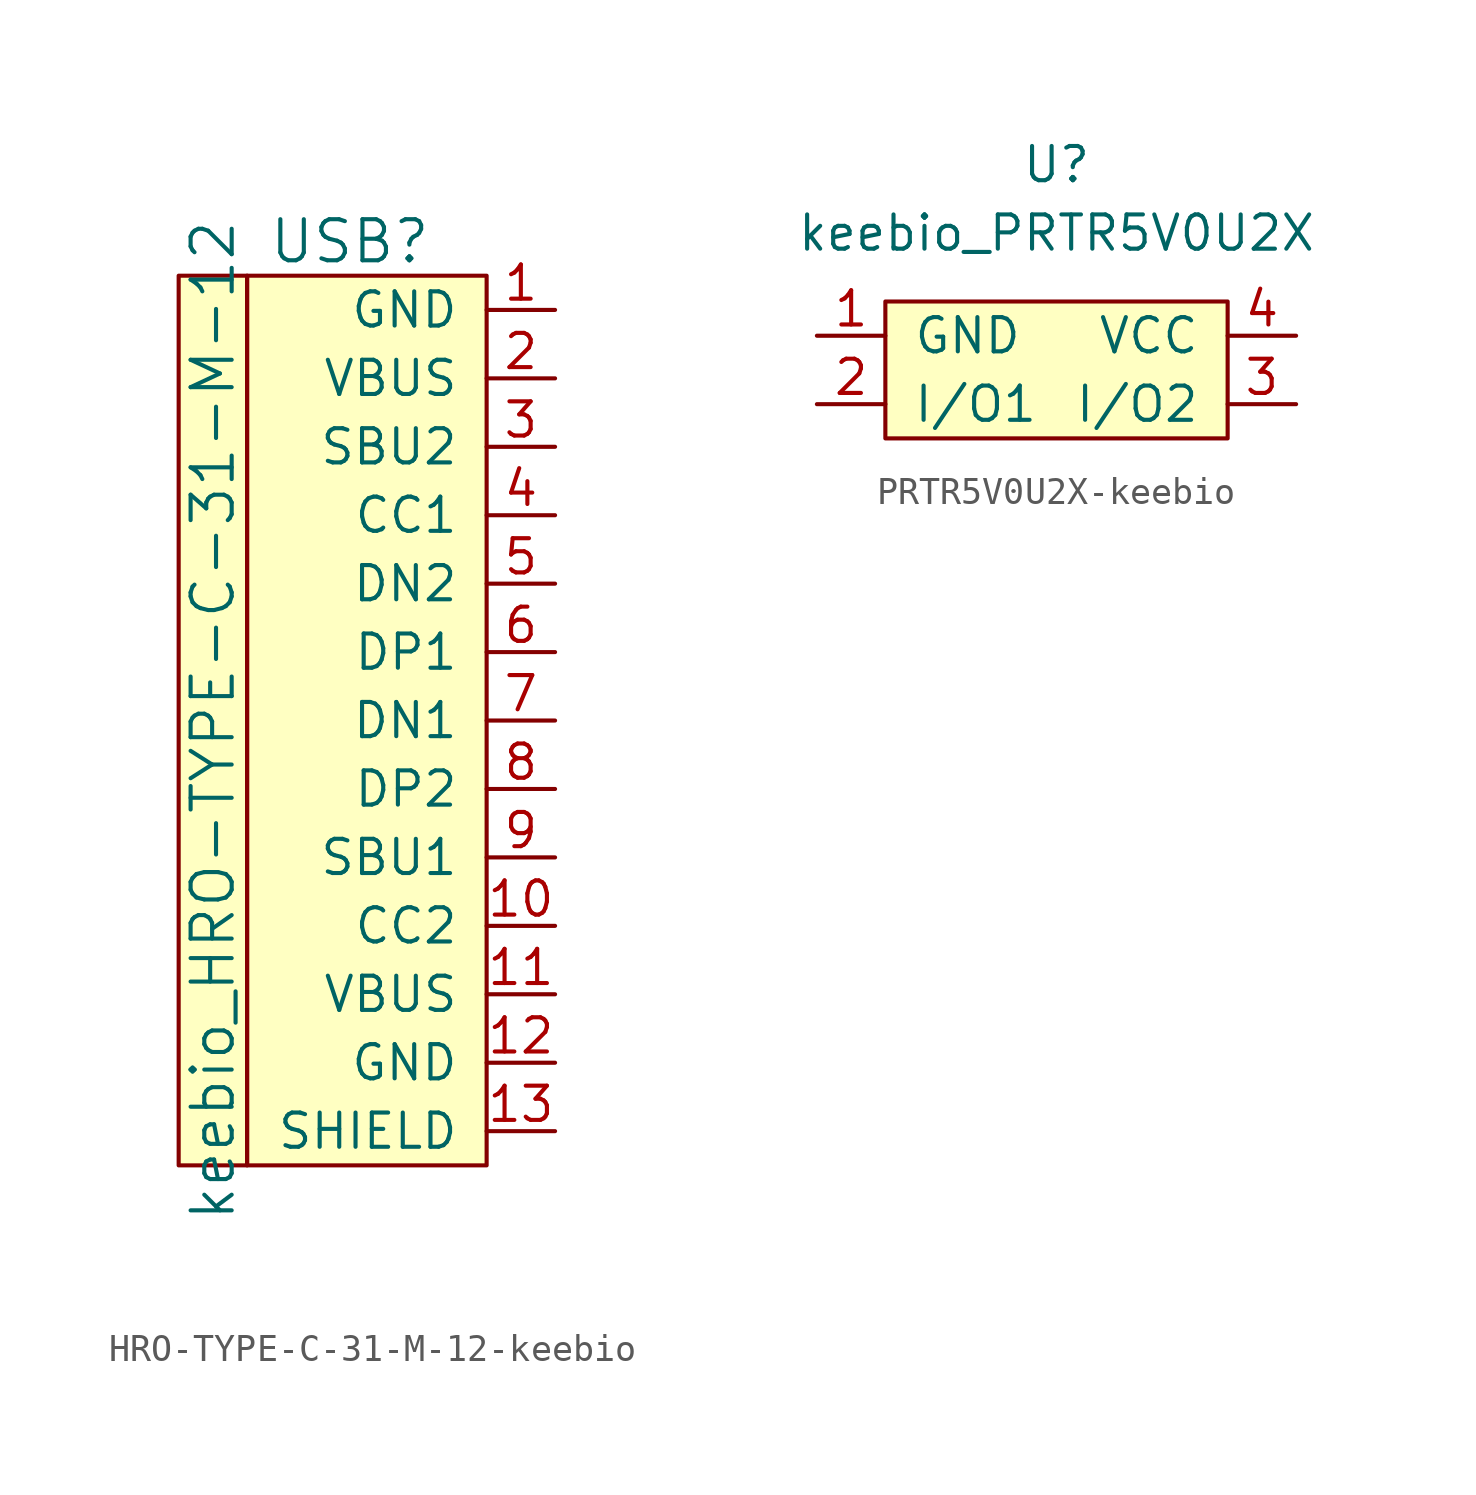
<source format=kicad_sym>
(kicad_symbol_lib
  (version 20220914)
  (generator kicad_symbol_editor)
  (symbol "HRO-TYPE-C-31-M-12-keebio"
    (pin_names
      (offset 1.016))
    (property "Reference" "USB"
      (at -5.08 16.51 0)
      (effects (font (size 1.524 1.524))))
    (property "Value" "keebio_HRO-TYPE-C-31-M-12"
      (at -10.16 -1.27 90)
      (effects (font (size 1.524 1.524))))
    (symbol "HRO-TYPE-C-31-M-12-keebio_0_1"
      (rectangle (start -11.43 15.24) (end -8.89 -17.78) (stroke (width 0) (type solid)) (fill (type background)))
      (rectangle (start 0 -17.78) (end -8.89 15.24) (stroke (width 0) (type solid)) (fill (type background))))
    (symbol "HRO-TYPE-C-31-M-12-keebio_1_1"
      (pin input line (at 2.54 13.97 180) (length 2.54) (name "GND" (effects (font (size 1.27 1.27)))) (number "1" (effects (font (size 1.27 1.27)))))
      (pin input line (at 2.54 -8.89 180) (length 2.54) (name "CC2" (effects (font (size 1.27 1.27)))) (number "10" (effects (font (size 1.27 1.27)))))
      (pin input line (at 2.54 -11.43 180) (length 2.54) (name "VBUS" (effects (font (size 1.27 1.27)))) (number "11" (effects (font (size 1.27 1.27)))))
      (pin input line (at 2.54 -13.97 180) (length 2.54) (name "GND" (effects (font (size 1.27 1.27)))) (number "12" (effects (font (size 1.27 1.27)))))
      (pin input line (at 2.54 -16.51 180) (length 2.54) (name "SHIELD" (effects (font (size 1.27 1.27)))) (number "13" (effects (font (size 1.27 1.27)))))
      (pin input line (at 2.54 11.43 180) (length 2.54) (name "VBUS" (effects (font (size 1.27 1.27)))) (number "2" (effects (font (size 1.27 1.27)))))
      (pin input line (at 2.54 8.89 180) (length 2.54) (name "SBU2" (effects (font (size 1.27 1.27)))) (number "3" (effects (font (size 1.27 1.27)))))
      (pin input line (at 2.54 6.35 180) (length 2.54) (name "CC1" (effects (font (size 1.27 1.27)))) (number "4" (effects (font (size 1.27 1.27)))))
      (pin input line (at 2.54 3.81 180) (length 2.54) (name "DN2" (effects (font (size 1.27 1.27)))) (number "5" (effects (font (size 1.27 1.27)))))
      (pin input line (at 2.54 1.27 180) (length 2.54) (name "DP1" (effects (font (size 1.27 1.27)))) (number "6" (effects (font (size 1.27 1.27)))))
      (pin input line (at 2.54 -1.27 180) (length 2.54) (name "DN1" (effects (font (size 1.27 1.27)))) (number "7" (effects (font (size 1.27 1.27)))))
      (pin input line (at 2.54 -3.81 180) (length 2.54) (name "DP2" (effects (font (size 1.27 1.27)))) (number "8" (effects (font (size 1.27 1.27)))))
      (pin input line (at 2.54 -6.35 180) (length 2.54) (name "SBU1" (effects (font (size 1.27 1.27)))) (number "9" (effects (font (size 1.27 1.27)))))))
  (symbol "PRTR5V0U2X-keebio"
    (pin_names
      (offset 1.016))
    (property "Reference" "U"
      (at 0 7.62 0)
      (effects (font (size 1.27 1.27))))
    (property "Value" "keebio_PRTR5V0U2X"
      (at 0 5.08 0)
      (effects (font (size 1.27 1.27))))
    (symbol "PRTR5V0U2X-keebio_0_1"
      (rectangle (start -6.35 2.54) (end 6.35 -2.54) (stroke (width 0) (type solid)) (fill (type background))))
    (symbol "PRTR5V0U2X-keebio_1_1"
      (pin input line (at -8.89 1.27 0) (length 2.54) (name "GND" (effects (font (size 1.27 1.27)))) (number "1" (effects (font (size 1.27 1.27)))))
      (pin input line (at -8.89 -1.27 0) (length 2.54) (name "I/O1" (effects (font (size 1.27 1.27)))) (number "2" (effects (font (size 1.27 1.27)))))
      (pin input line (at 8.89 -1.27 180) (length 2.54) (name "I/O2" (effects (font (size 1.27 1.27)))) (number "3" (effects (font (size 1.27 1.27)))))
      (pin input line (at 8.89 1.27 180) (length 2.54) (name "VCC" (effects (font (size 1.27 1.27)))) (number "4" (effects (font (size 1.27 1.27))))))))
</source>
